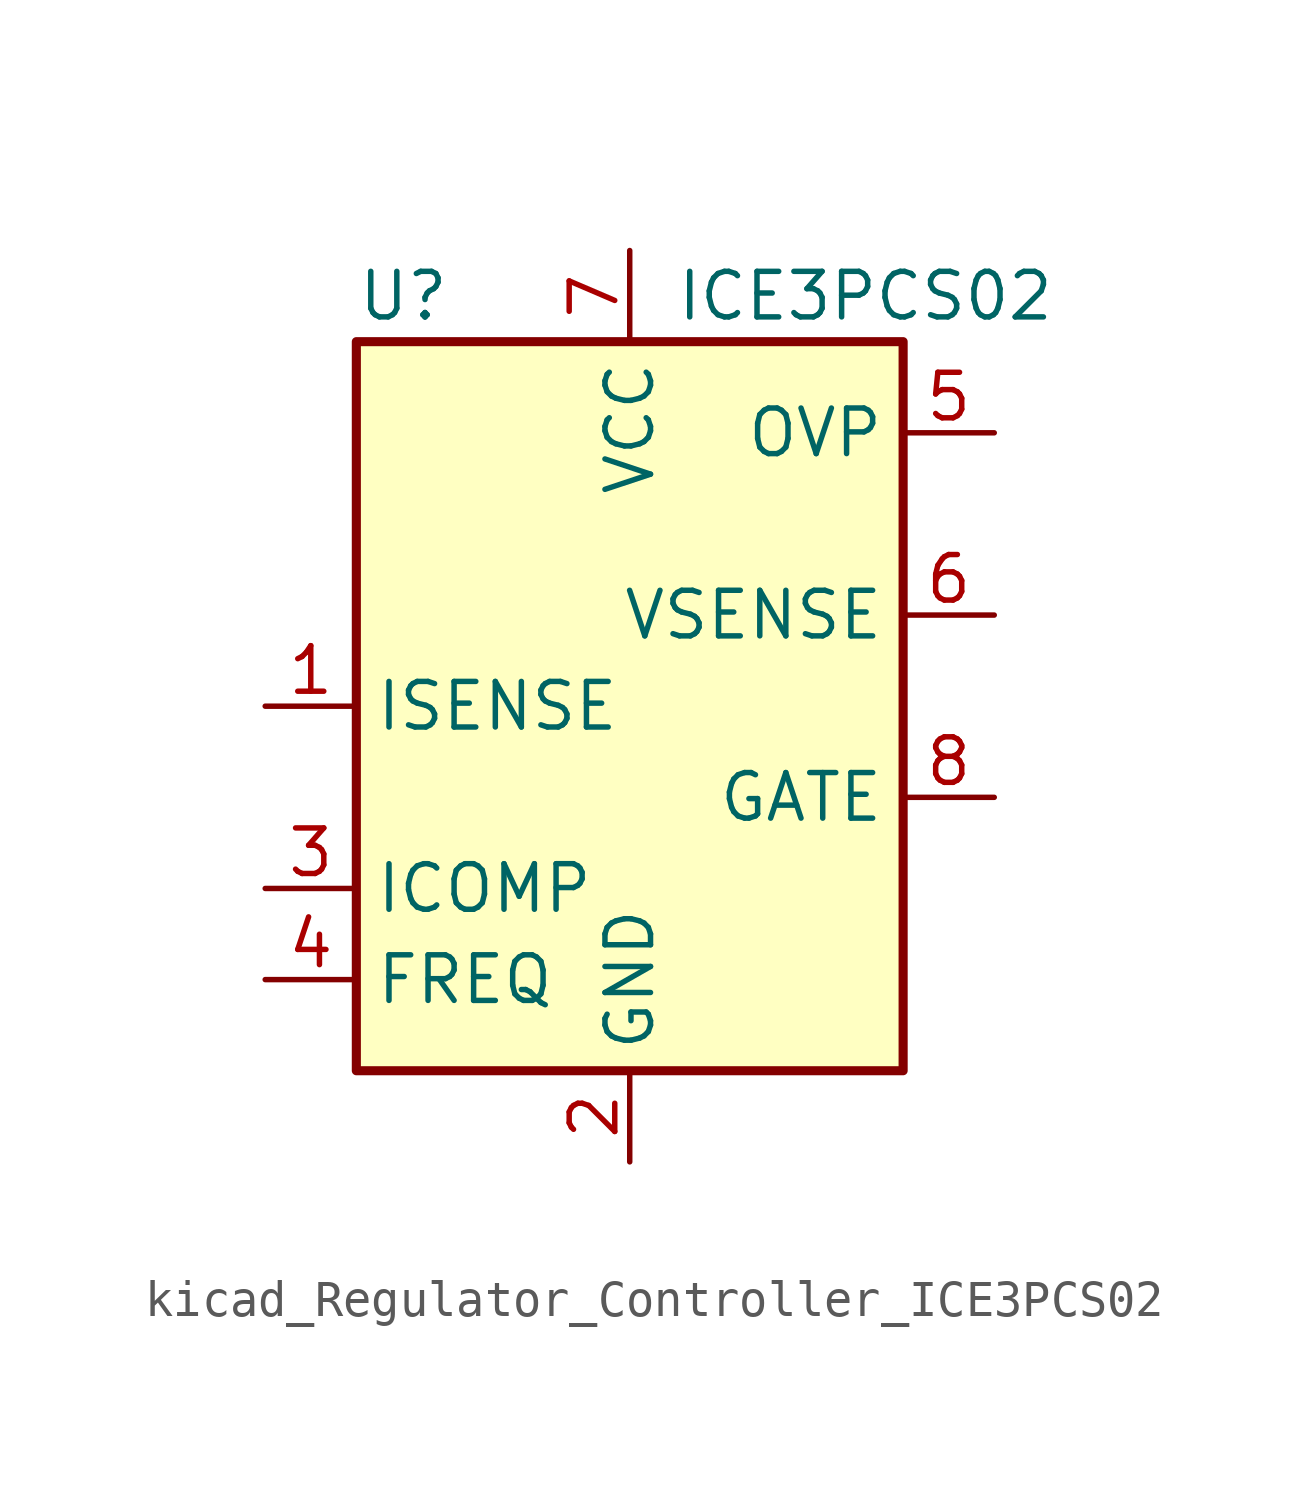
<source format=kicad_sym>
(kicad_symbol_lib
  (version 20220914)
  (generator kicad_symbol_editor)
  (symbol "kicad_Regulator_Controller_ICE3PCS02"
    (property "Reference" "U"
      (at -7.62 11.43 0)
      (effects (font (size 1.27 1.27)) (justify left)))
    (property "Value" "ICE3PCS02"
      (at 1.27 11.43 0)
      (effects (font (size 1.27 1.27)) (justify left)))
    (symbol "kicad_Regulator_Controller_ICE3PCS02_0_0"
      (rectangle (start -7.62 10.16) (end 7.62 -10.16) (stroke (width 0.254) (type default)) (fill (type background))))
    (symbol "kicad_Regulator_Controller_ICE3PCS02_1_1"
      (pin input line (at -10.16 0 0) (length 2.54) (name "ISENSE" (effects (font (size 1.27 1.27)))) (number "1" (effects (font (size 1.27 1.27)))))
      (pin power_in line (at 0 -12.7 90) (length 2.54) (name "GND" (effects (font (size 1.27 1.27)))) (number "2" (effects (font (size 1.27 1.27)))))
      (pin passive line (at -10.16 -5.08 0) (length 2.54) (name "ICOMP" (effects (font (size 1.27 1.27)))) (number "3" (effects (font (size 1.27 1.27)))))
      (pin passive line (at -10.16 -7.62 0) (length 2.54) (name "FREQ" (effects (font (size 1.27 1.27)))) (number "4" (effects (font (size 1.27 1.27)))))
      (pin input line (at 10.16 7.62 180) (length 2.54) (name "OVP" (effects (font (size 1.27 1.27)))) (number "5" (effects (font (size 1.27 1.27)))))
      (pin input line (at 10.16 2.54 180) (length 2.54) (name "VSENSE" (effects (font (size 1.27 1.27)))) (number "6" (effects (font (size 1.27 1.27)))))
      (pin power_in line (at 0 12.7 270) (length 2.54) (name "VCC" (effects (font (size 1.27 1.27)))) (number "7" (effects (font (size 1.27 1.27)))))
      (pin output line (at 10.16 -2.54 180) (length 2.54) (name "GATE" (effects (font (size 1.27 1.27)))) (number "8" (effects (font (size 1.27 1.27))))))))
</source>
